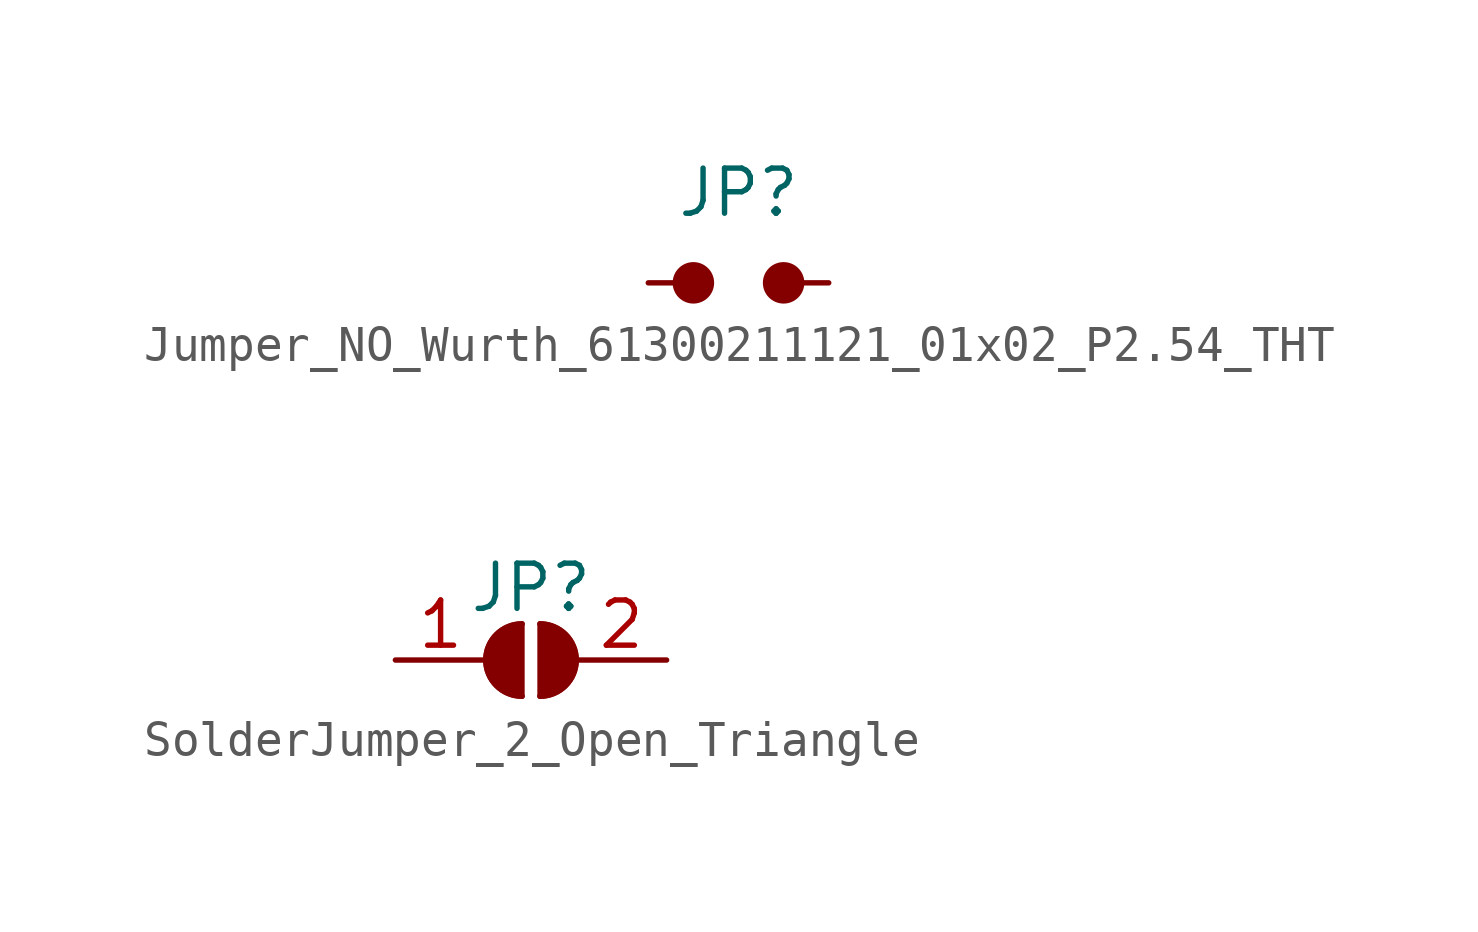
<source format=kicad_sym>
(kicad_symbol_lib
  (version 20220914)
  (generator kicad_symbol_editor)
  (symbol "Jumper_NO_Wurth_61300211121_01x02_P2.54_THT"
    (pin_numbers hide)
    (pin_names hide)
    (property "Reference" "JP"
      (at 0 2.54 0)
      (effects (font (size 1.27 1.27))))
    (symbol "Jumper_NO_Wurth_61300211121_01x02_P2.54_THT_1_0"
      (circle (center -1.27 0) (radius 0.508) (stroke (width 0) (type solid)) (fill (type outline)))
      (circle (center 1.27 0) (radius 0.508) (stroke (width 0) (type solid)) (fill (type outline))))
    (symbol "Jumper_NO_Wurth_61300211121_01x02_P2.54_THT_1_1"
      (pin passive line (at -2.54 0 0) (length 1.27) (name "A" (effects (font (size 1.27 1.27)))) (number "1" (effects (font (size 1.27 1.27)))))
      (pin passive line (at 2.54 0 180) (length 1.27) (name "B" (effects (font (size 1.27 1.27)))) (number "2" (effects (font (size 1.27 1.27)))))))
  (symbol "SolderJumper_2_Open_Triangle"
    (pin_names
      (offset 0) hide)
    (property "Reference" "JP"
      (at 0 2.032 0)
      (effects (font (size 1.27 1.27))))
    (symbol "SolderJumper_2_Open_Triangle_0_1"
      (arc (start -0.254 1.016) (mid -1.2656 0) (end -0.254 -1.016) (stroke (width 0) (type solid)) (fill (type none)))
      (arc (start -0.254 1.016) (mid -1.2656 0) (end -0.254 -1.016) (stroke (width 0) (type solid)) (fill (type outline)))
      (polyline (pts (xy -0.254 1.016) (xy -0.254 -1.016)) (stroke (width 0) (type solid)) (fill (type none)))
      (polyline (pts (xy 0.254 1.016) (xy 0.254 -1.016)) (stroke (width 0) (type solid)) (fill (type none)))
      (arc (start 0.254 -1.016) (mid 1.2656 0) (end 0.254 1.016) (stroke (width 0) (type solid)) (fill (type none)))
      (arc (start 0.254 -1.016) (mid 1.2656 0) (end 0.254 1.016) (stroke (width 0) (type solid)) (fill (type outline))))
    (symbol "SolderJumper_2_Open_Triangle_1_1"
      (pin passive line (at -3.81 0 0) (length 2.54) (name "A" (effects (font (size 1.27 1.27)))) (number "1" (effects (font (size 1.27 1.27)))))
      (pin passive line (at 3.81 0 180) (length 2.54) (name "B" (effects (font (size 1.27 1.27)))) (number "2" (effects (font (size 1.27 1.27))))))))
</source>
